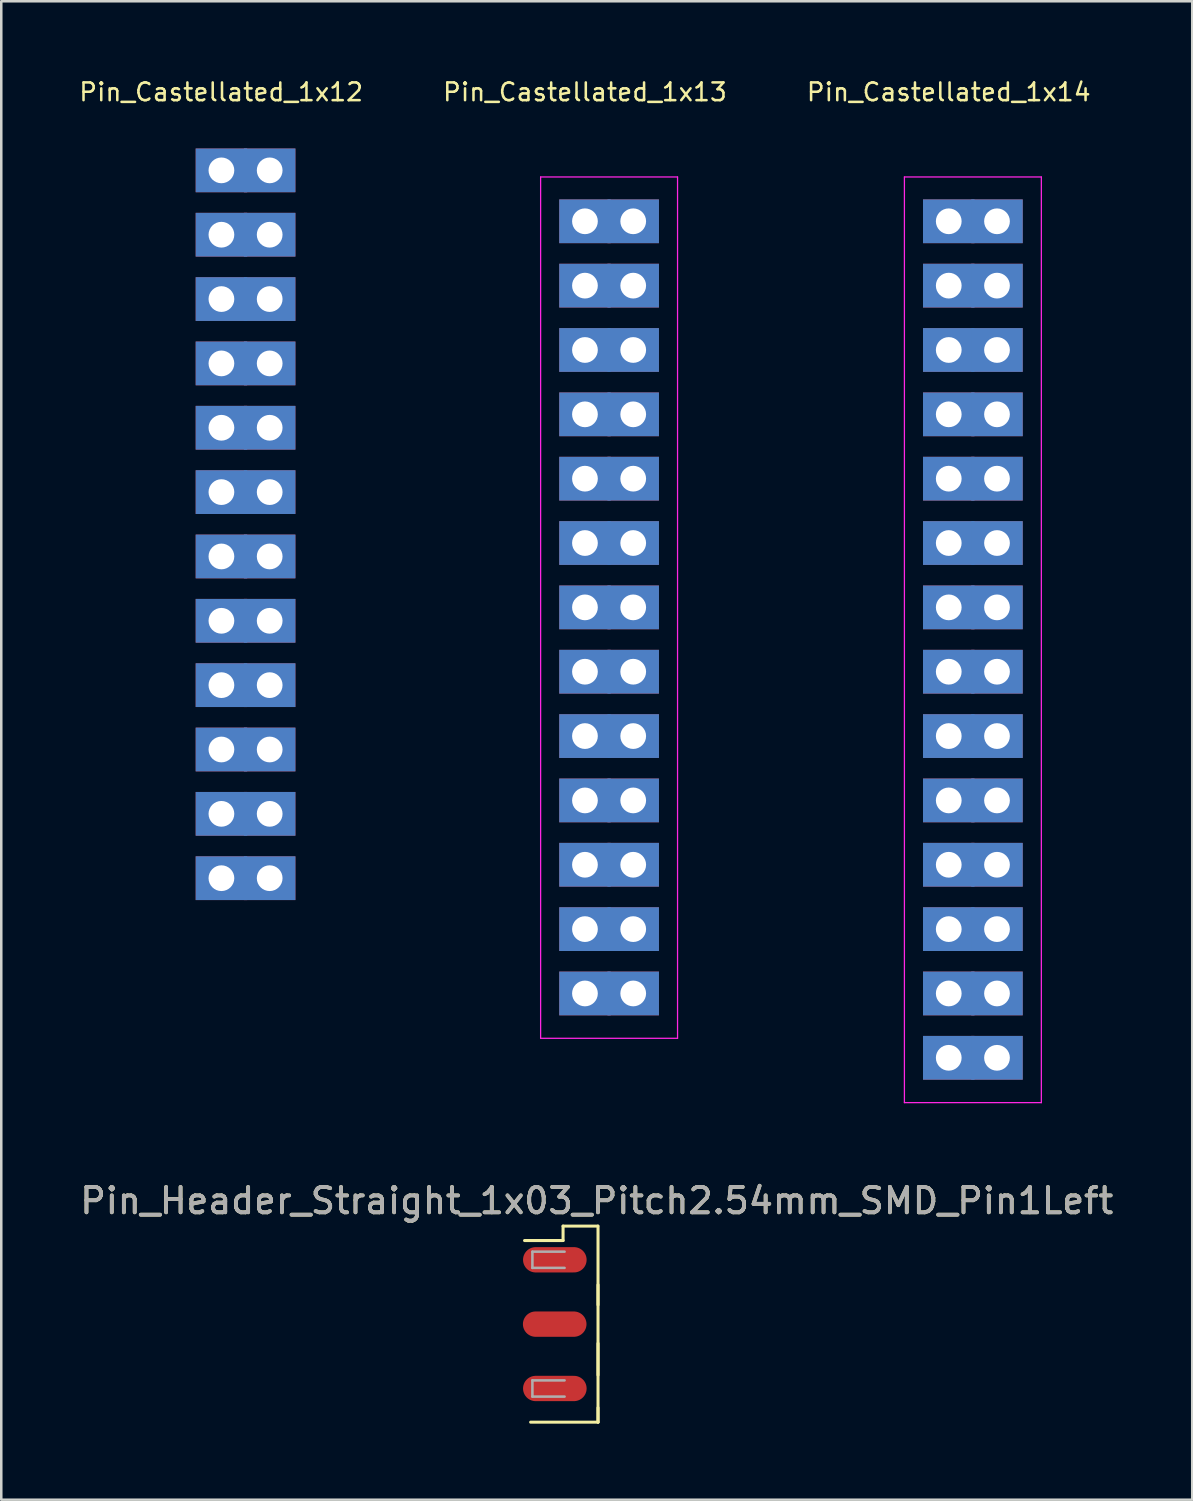
<source format=kicad_pcb>
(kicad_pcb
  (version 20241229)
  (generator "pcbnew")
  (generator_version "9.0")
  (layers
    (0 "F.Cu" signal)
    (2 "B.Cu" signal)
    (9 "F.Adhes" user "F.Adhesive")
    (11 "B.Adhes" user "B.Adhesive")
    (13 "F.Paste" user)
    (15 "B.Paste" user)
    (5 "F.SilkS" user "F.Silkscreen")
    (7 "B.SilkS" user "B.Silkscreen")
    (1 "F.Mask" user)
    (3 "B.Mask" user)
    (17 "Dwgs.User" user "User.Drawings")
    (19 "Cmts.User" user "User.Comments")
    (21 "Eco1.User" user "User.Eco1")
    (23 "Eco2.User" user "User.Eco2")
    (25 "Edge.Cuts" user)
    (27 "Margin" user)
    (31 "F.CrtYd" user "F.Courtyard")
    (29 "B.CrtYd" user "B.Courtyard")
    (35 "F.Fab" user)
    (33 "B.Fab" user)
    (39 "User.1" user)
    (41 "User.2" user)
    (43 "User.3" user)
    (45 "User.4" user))
  (footprint "Pin_Header_Straight_1x03_Pitch2.54mm_SMD_Pin1Left"
    (layer "F.Cu")
    (at 19.226 49.218)
    (property "Reference" "Pin_Header_Straight_1x03_Pitch2.54mm_SMD_Pin1Left" (at 1.28 -4.87 0) (layer "F.SilkS") (effects (font (size 1 1) (thickness 0.15))))
    (attr smd)
    (fp_line (start -1.33 3.87) (end 1.33 3.87) (stroke (width 0.12) (type solid)) (layer "F.SilkS"))
    (fp_line (start -0.05 -3.87) (end -0.05 -3.3) (stroke (width 0.12) (type solid)) (layer "F.SilkS"))
    (fp_line (start -0.05 -3.87) (end 1.32 -3.87) (stroke (width 0.12) (type solid)) (layer "F.SilkS"))
    (fp_line (start -0.05 -3.3) (end -1.57 -3.3) (stroke (width 0.12) (type solid)) (layer "F.SilkS"))
    (fp_line (start 1.33 -3.87) (end 1.33 -0.76) (stroke (width 0.12) (type solid)) (layer "F.SilkS"))
    (fp_line (start 1.33 -1.55) (end 1.33 2.01) (stroke (width 0.12) (type solid)) (layer "F.SilkS"))
    (fp_line (start 1.33 0.76) (end 1.33 3.87) (stroke (width 0.12) (type solid)) (layer "F.SilkS"))
    (fp_line (start 1.33 3.3) (end 1.33 3.87) (stroke (width 0.12) (type solid)) (layer "F.SilkS"))
    (fp_line (start -1.26 -2.86) (end -1.26 -2.22) (stroke (width 0.1) (type solid)) (layer "F.Fab"))
    (fp_line (start -1.26 -2.22) (end 0.01 -2.22) (stroke (width 0.1) (type solid)) (layer "F.Fab"))
    (fp_line (start -1.26 2.22) (end -1.26 2.86) (stroke (width 0.1) (type solid)) (layer "F.Fab"))
    (fp_line (start -1.26 2.86) (end 0.01 2.86) (stroke (width 0.1) (type solid)) (layer "F.Fab"))
    (fp_line (start 0.01 -2.86) (end -1.26 -2.86) (stroke (width 0.1) (type solid)) (layer "F.Fab"))
    (fp_line (start 0.01 2.22) (end -1.26 2.22) (stroke (width 0.1) (type solid)) (layer "F.Fab"))
    (fp_text user "${REFERENCE}" (at 1.28 -4.87 0) (layer "F.Fab") (effects (font (size 1 1) (thickness 0.15))))
    (pad "1" smd oval (at -0.375 -2.54) (size 2.51 1) (layers "F.Cu" "F.Mask" "F.Paste"))
    (pad "2" smd oval (at -0.38 0) (size 2.51 1) (layers "F.Cu" "F.Mask" "F.Paste"))
    (pad "3" smd oval (at -0.375 2.54) (size 2.51 1) (layers "F.Cu" "F.Mask" "F.Paste")))
  (footprint "Pin_Castellated_1x14"
    (layer "F.Cu")
    (at 34.4 5.685)
    (property "Reference" "Pin_Castellated_1x14" (at 0 -5.1 0) (layer "F.SilkS") (effects (font (size 0.7 0.7) (thickness 0.1))))
    (attr through_hole)
    (fp_line (start -1.75 -1.75) (end -1.75 34.79) (stroke (width 0.05) (type solid)) (layer "F.CrtYd"))
    (fp_line (start -1.75 -1.75) (end 3.655 -1.75) (stroke (width 0.05) (type solid)) (layer "F.CrtYd"))
    (fp_line (start -1.75 34.79) (end 3.655 34.79) (stroke (width 0.05) (type solid)) (layer "F.CrtYd"))
    (fp_line (start 3.655 -1.75) (end 3.655 34.79) (stroke (width 0.05) (type solid)) (layer "F.CrtYd"))
    (pad "1" thru_hole rect (at 0 0) (size 2.032 1.727) (drill 1.016) (layers "*.Cu" "*.Mask"))
    (pad "1" thru_hole rect (at 1.905 0) (size 2.032 1.727) (drill 1.016) (layers "*.Cu" "*.Mask"))
    (pad "2" thru_hole rect (at 0 2.54) (size 2.032 1.727) (drill 1.016) (layers "*.Cu" "*.Mask"))
    (pad "2" thru_hole rect (at 1.905 2.54) (size 2.032 1.727) (drill 1.016) (layers "*.Cu" "*.Mask"))
    (pad "3" thru_hole rect (at 0 5.08) (size 2.032 1.727) (drill 1.016) (layers "*.Cu" "*.Mask"))
    (pad "3" thru_hole rect (at 1.905 5.08) (size 2.032 1.727) (drill 1.016) (layers "*.Cu" "*.Mask"))
    (pad "4" thru_hole rect (at 0 7.62) (size 2.032 1.727) (drill 1.016) (layers "*.Cu" "*.Mask"))
    (pad "4" thru_hole rect (at 1.905 7.62) (size 2.032 1.727) (drill 1.016) (layers "*.Cu" "*.Mask"))
    (pad "5" thru_hole rect (at 0 10.16) (size 2.032 1.727) (drill 1.016) (layers "*.Cu" "*.Mask"))
    (pad "5" thru_hole rect (at 1.905 10.16) (size 2.032 1.727) (drill 1.016) (layers "*.Cu" "*.Mask"))
    (pad "6" thru_hole rect (at 0 12.7) (size 2.032 1.727) (drill 1.016) (layers "*.Cu" "*.Mask"))
    (pad "6" thru_hole rect (at 1.905 12.7) (size 2.032 1.727) (drill 1.016) (layers "*.Cu" "*.Mask"))
    (pad "7" thru_hole rect (at 0 15.24) (size 2.032 1.727) (drill 1.016) (layers "*.Cu" "*.Mask"))
    (pad "7" thru_hole rect (at 1.905 15.24) (size 2.032 1.727) (drill 1.016) (layers "*.Cu" "*.Mask"))
    (pad "8" thru_hole rect (at 0 17.78) (size 2.032 1.727) (drill 1.016) (layers "*.Cu" "*.Mask"))
    (pad "8" thru_hole rect (at 1.905 17.78) (size 2.032 1.727) (drill 1.016) (layers "*.Cu" "*.Mask"))
    (pad "9" thru_hole rect (at 0 20.32) (size 2.032 1.727) (drill 1.016) (layers "*.Cu" "*.Mask"))
    (pad "9" thru_hole rect (at 1.905 20.32) (size 2.032 1.727) (drill 1.016) (layers "*.Cu" "*.Mask"))
    (pad "10" thru_hole rect (at 0 22.86) (size 2.032 1.727) (drill 1.016) (layers "*.Cu" "*.Mask"))
    (pad "10" thru_hole rect (at 1.905 22.86) (size 2.032 1.727) (drill 1.016) (layers "*.Cu" "*.Mask"))
    (pad "11" thru_hole rect (at 0 25.4) (size 2.032 1.727) (drill 1.016) (layers "*.Cu" "*.Mask"))
    (pad "11" thru_hole rect (at 1.905 25.4) (size 2.032 1.727) (drill 1.016) (layers "*.Cu" "*.Mask"))
    (pad "12" thru_hole rect (at 0 27.94) (size 2.032 1.727) (drill 1.016) (layers "*.Cu" "*.Mask"))
    (pad "12" thru_hole rect (at 1.905 27.94) (size 2.032 1.727) (drill 1.016) (layers "*.Cu" "*.Mask"))
    (pad "13" thru_hole rect (at 0 30.48) (size 2.032 1.727) (drill 1.016) (layers "*.Cu" "*.Mask"))
    (pad "13" thru_hole rect (at 1.905 30.48) (size 2.032 1.727) (drill 1.016) (layers "*.Cu" "*.Mask"))
    (pad "14" thru_hole rect (at 0 33.02) (size 2.032 1.727) (drill 1.016) (layers "*.Cu" "*.Mask"))
    (pad "14" thru_hole rect (at 1.905 33.02) (size 2.032 1.727) (drill 1.016) (layers "*.Cu" "*.Mask")))
  (footprint "Pin_Castellated_1x12"
    (layer "F.Cu")
    (at 5.69 3.675)
    (property "Reference" "Pin_Castellated_1x12" (at -0.01 -3.09 0) (layer "F.SilkS") (effects (font (size 0.7 0.7) (thickness 0.1))))
    (attr through_hole)
    (pad "1" thru_hole rect (at 0 0) (size 2.032 1.727) (drill 1.016) (layers "*.Cu" "*.Mask"))
    (pad "1" thru_hole rect (at 1.905 0) (size 2.032 1.727) (drill 1.016) (layers "*.Cu" "*.Mask"))
    (pad "2" thru_hole rect (at 0 2.54) (size 2.032 1.727) (drill 1.016) (layers "*.Cu" "*.Mask"))
    (pad "2" thru_hole rect (at 1.905 2.54) (size 2.032 1.727) (drill 1.016) (layers "*.Cu" "*.Mask"))
    (pad "3" thru_hole rect (at 0 5.08) (size 2.032 1.727) (drill 1.016) (layers "*.Cu" "*.Mask"))
    (pad "3" thru_hole rect (at 1.905 5.08) (size 2.032 1.727) (drill 1.016) (layers "*.Cu" "*.Mask"))
    (pad "4" thru_hole rect (at 0 7.62) (size 2.032 1.727) (drill 1.016) (layers "*.Cu" "*.Mask"))
    (pad "4" thru_hole rect (at 1.905 7.62) (size 2.032 1.727) (drill 1.016) (layers "*.Cu" "*.Mask"))
    (pad "5" thru_hole rect (at 0 10.16) (size 2.032 1.727) (drill 1.016) (layers "*.Cu" "*.Mask"))
    (pad "5" thru_hole rect (at 1.905 10.16) (size 2.032 1.727) (drill 1.016) (layers "*.Cu" "*.Mask"))
    (pad "6" thru_hole rect (at 0 12.7) (size 2.032 1.727) (drill 1.016) (layers "*.Cu" "*.Mask"))
    (pad "6" thru_hole rect (at 1.905 12.7) (size 2.032 1.727) (drill 1.016) (layers "*.Cu" "*.Mask"))
    (pad "7" thru_hole rect (at 0 15.24) (size 2.032 1.727) (drill 1.016) (layers "*.Cu" "*.Mask"))
    (pad "7" thru_hole rect (at 1.905 15.24) (size 2.032 1.727) (drill 1.016) (layers "*.Cu" "*.Mask"))
    (pad "8" thru_hole rect (at 0 17.78) (size 2.032 1.727) (drill 1.016) (layers "*.Cu" "*.Mask"))
    (pad "8" thru_hole rect (at 1.905 17.78) (size 2.032 1.727) (drill 1.016) (layers "*.Cu" "*.Mask"))
    (pad "9" thru_hole rect (at 0 20.32) (size 2.032 1.727) (drill 1.016) (layers "*.Cu" "*.Mask"))
    (pad "9" thru_hole rect (at 1.905 20.32) (size 2.032 1.727) (drill 1.016) (layers "*.Cu" "*.Mask"))
    (pad "10" thru_hole rect (at 0 22.86) (size 2.032 1.727) (drill 1.016) (layers "*.Cu" "*.Mask"))
    (pad "10" thru_hole rect (at 1.905 22.86) (size 2.032 1.727) (drill 1.016) (layers "*.Cu" "*.Mask"))
    (pad "11" thru_hole rect (at 0 25.4) (size 2.032 1.727) (drill 1.016) (layers "*.Cu" "*.Mask"))
    (pad "11" thru_hole rect (at 1.905 25.4) (size 2.032 1.727) (drill 1.016) (layers "*.Cu" "*.Mask"))
    (pad "12" thru_hole rect (at 0 27.94) (size 2.032 1.727) (drill 1.016) (layers "*.Cu" "*.Mask"))
    (pad "12" thru_hole rect (at 1.905 27.94) (size 2.032 1.727) (drill 1.016) (layers "*.Cu" "*.Mask")))
  (footprint "Pin_Castellated_1x13"
    (layer "F.Cu")
    (at 20.04 5.685)
    (property "Reference" "Pin_Castellated_1x13" (at 0 -5.1 0) (layer "F.SilkS") (effects (font (size 0.7 0.7) (thickness 0.1))))
    (attr through_hole)
    (fp_line (start -1.75 -1.75) (end -1.75 32.25) (stroke (width 0.05) (type solid)) (layer "F.CrtYd"))
    (fp_line (start -1.75 -1.75) (end 3.655 -1.75) (stroke (width 0.05) (type solid)) (layer "F.CrtYd"))
    (fp_line (start -1.75 32.25) (end 3.655 32.25) (stroke (width 0.05) (type solid)) (layer "F.CrtYd"))
    (fp_line (start 3.655 -1.75) (end 3.655 32.25) (stroke (width 0.05) (type solid)) (layer "F.CrtYd"))
    (pad "1" thru_hole rect (at 0 0) (size 2.032 1.727) (drill 1.016) (layers "*.Cu" "*.Mask"))
    (pad "1" thru_hole rect (at 1.905 0) (size 2.032 1.727) (drill 1.016) (layers "*.Cu" "*.Mask"))
    (pad "2" thru_hole rect (at 0 2.54) (size 2.032 1.727) (drill 1.016) (layers "*.Cu" "*.Mask"))
    (pad "2" thru_hole rect (at 1.905 2.54) (size 2.032 1.727) (drill 1.016) (layers "*.Cu" "*.Mask"))
    (pad "3" thru_hole rect (at 0 5.08) (size 2.032 1.727) (drill 1.016) (layers "*.Cu" "*.Mask"))
    (pad "3" thru_hole rect (at 1.905 5.08) (size 2.032 1.727) (drill 1.016) (layers "*.Cu" "*.Mask"))
    (pad "4" thru_hole rect (at 0 7.62) (size 2.032 1.727) (drill 1.016) (layers "*.Cu" "*.Mask"))
    (pad "4" thru_hole rect (at 1.905 7.62) (size 2.032 1.727) (drill 1.016) (layers "*.Cu" "*.Mask"))
    (pad "5" thru_hole rect (at 0 10.16) (size 2.032 1.727) (drill 1.016) (layers "*.Cu" "*.Mask"))
    (pad "5" thru_hole rect (at 1.905 10.16) (size 2.032 1.727) (drill 1.016) (layers "*.Cu" "*.Mask"))
    (pad "6" thru_hole rect (at 0 12.7) (size 2.032 1.727) (drill 1.016) (layers "*.Cu" "*.Mask"))
    (pad "6" thru_hole rect (at 1.905 12.7) (size 2.032 1.727) (drill 1.016) (layers "*.Cu" "*.Mask"))
    (pad "7" thru_hole rect (at 0 15.24) (size 2.032 1.727) (drill 1.016) (layers "*.Cu" "*.Mask"))
    (pad "7" thru_hole rect (at 1.905 15.24) (size 2.032 1.727) (drill 1.016) (layers "*.Cu" "*.Mask"))
    (pad "8" thru_hole rect (at 0 17.78) (size 2.032 1.727) (drill 1.016) (layers "*.Cu" "*.Mask"))
    (pad "8" thru_hole rect (at 1.905 17.78) (size 2.032 1.727) (drill 1.016) (layers "*.Cu" "*.Mask"))
    (pad "9" thru_hole rect (at 0 20.32) (size 2.032 1.727) (drill 1.016) (layers "*.Cu" "*.Mask"))
    (pad "9" thru_hole rect (at 1.905 20.32) (size 2.032 1.727) (drill 1.016) (layers "*.Cu" "*.Mask"))
    (pad "10" thru_hole rect (at 0 22.86) (size 2.032 1.727) (drill 1.016) (layers "*.Cu" "*.Mask"))
    (pad "10" thru_hole rect (at 1.905 22.86) (size 2.032 1.727) (drill 1.016) (layers "*.Cu" "*.Mask"))
    (pad "11" thru_hole rect (at 0 25.4) (size 2.032 1.727) (drill 1.016) (layers "*.Cu" "*.Mask"))
    (pad "11" thru_hole rect (at 1.905 25.4) (size 2.032 1.727) (drill 1.016) (layers "*.Cu" "*.Mask"))
    (pad "12" thru_hole rect (at 0 27.94) (size 2.032 1.727) (drill 1.016) (layers "*.Cu" "*.Mask"))
    (pad "12" thru_hole rect (at 1.905 27.94) (size 2.032 1.727) (drill 1.016) (layers "*.Cu" "*.Mask"))
    (pad "13" thru_hole rect (at 0 30.48) (size 2.032 1.727) (drill 1.016) (layers "*.Cu" "*.Mask"))
    (pad "13" thru_hole rect (at 1.905 30.48) (size 2.032 1.727) (drill 1.016) (layers "*.Cu" "*.Mask")))
  (gr_rect
    (start -3 -3)
    (end 44.012 56.148)
    (stroke (width 0.1) (type default))
    (fill no)
    (layer "Edge.Cuts")))
</source>
